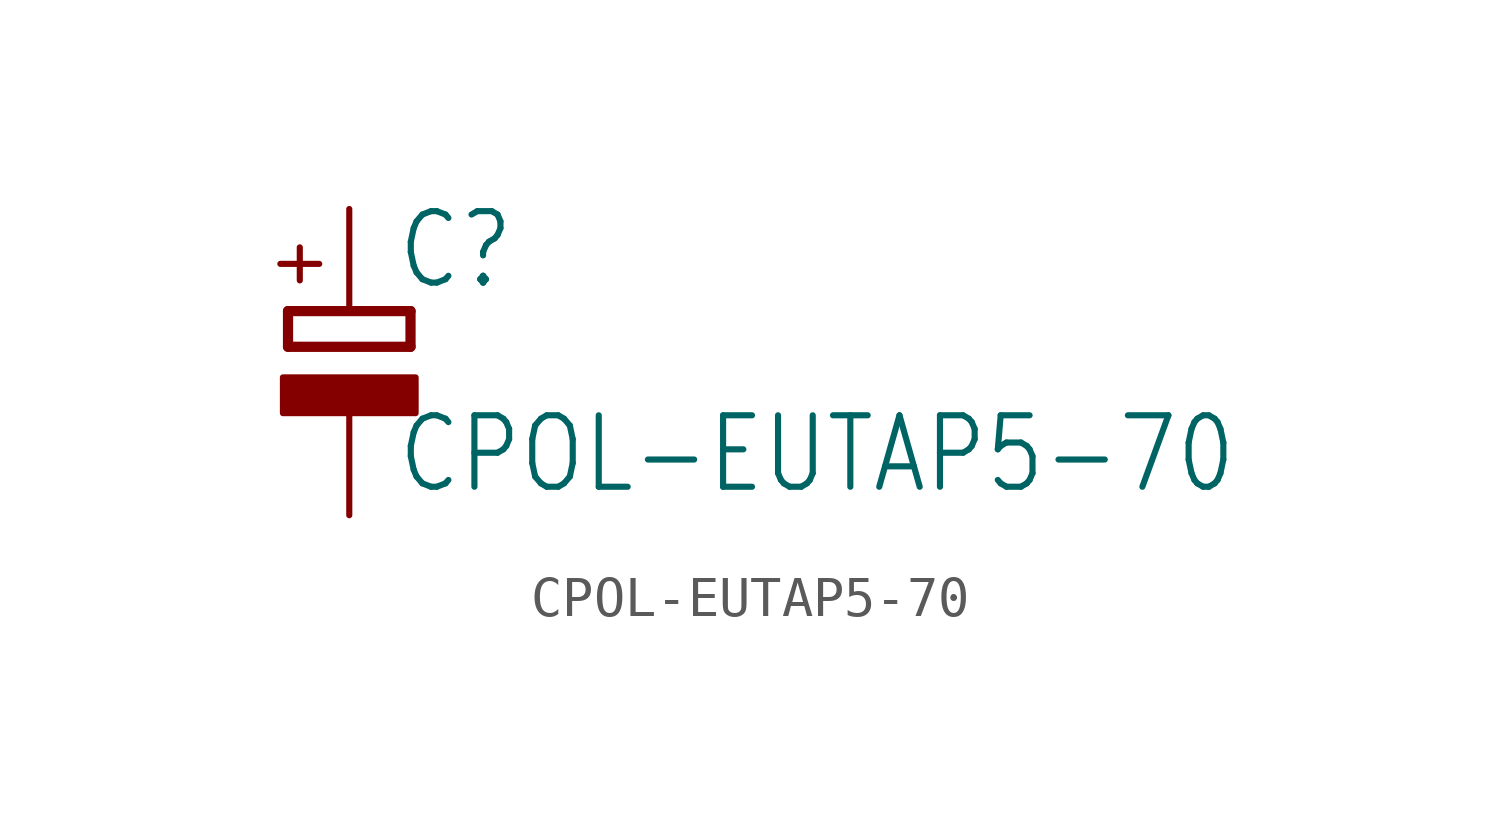
<source format=kicad_sym>
(kicad_symbol_lib
  (version 20220331)
  (generator kicad_symbol_editor)
  (symbol "CPOL-EUTAP5-70"
    (property "Reference" "C"
      (at 1.143 0.483 0)
      (effects (font (size 1.778 1.511)) (justify left bottom)))
    (property "Value" "CPOL-EUTAP5-70"
      (at 1.143 -4.597 0)
      (effects (font (size 1.778 1.511)) (justify left bottom)))
    (property "ki_locked" ""
      (at 0 0 0)
      (effects (font (size 1.27 1.27))))
    (symbol "CPOL-EUTAP5-70_1_0"
      (rectangle (start -1.651 -2.54) (end 1.651 -1.651) (stroke (width 0) (type default)) (fill (type outline)))
      (polyline (pts (xy -1.524 -0.889) (xy 1.524 -0.889)) (stroke (width 0.254) (type solid)) (fill (type none)))
      (polyline (pts (xy -1.524 0) (xy -1.524 -0.889)) (stroke (width 0.254) (type solid)) (fill (type none)))
      (polyline (pts (xy -1.524 0) (xy 1.524 0)) (stroke (width 0.254) (type solid)) (fill (type none)))
      (polyline (pts (xy 1.524 -0.889) (xy 1.524 0)) (stroke (width 0.254) (type solid)) (fill (type none)))
      (text "+" (at -0.584 0.406 900) (effects (font (size 1.27 1.079)) (justify left bottom)))
      (pin passive line (at 0 2.54 270) (length 2.54) (name "+" (effects (font (size 0 0)))) (number "+" (effects (font (size 0 0)))))
      (pin passive line (at 0 -5.08 90) (length 2.54) (name "-" (effects (font (size 0 0)))) (number "-" (effects (font (size 0 0))))))))
</source>
